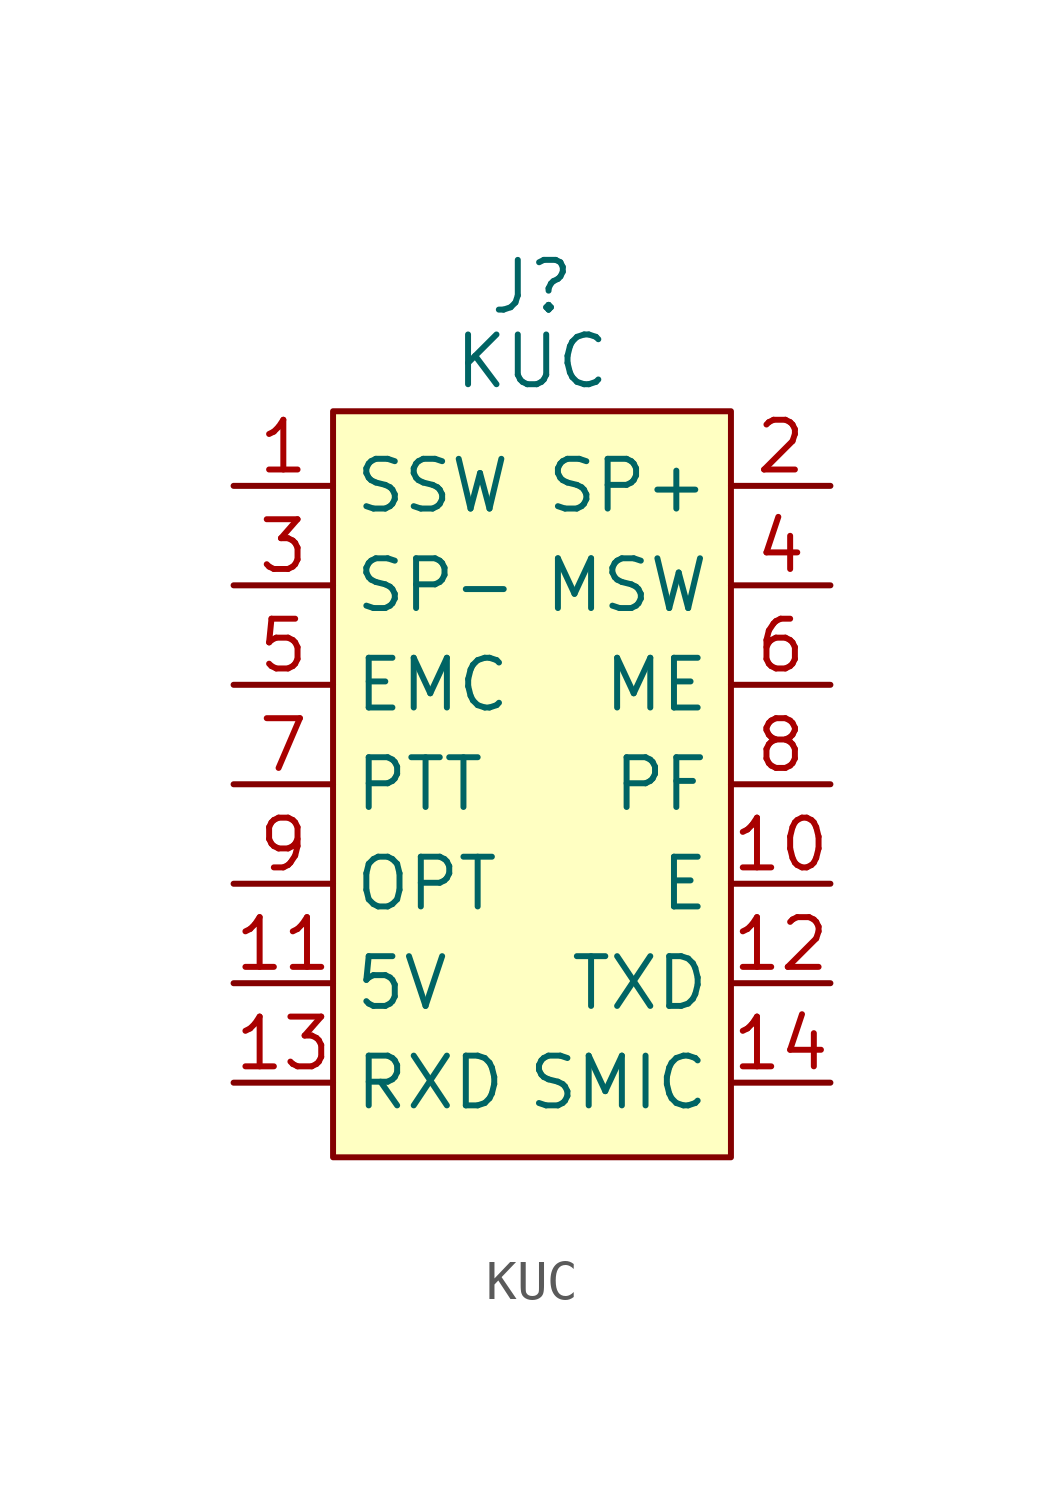
<source format=kicad_sym>
(kicad_symbol_lib
  (version 20211014)
  (generator kicad_symbol_editor)
  (symbol "KUC"
    (property "Reference" "J"
      (at 0 12.7 0)
      (effects (font (size 1.27 1.27))))
    (property "Value" "KUC"
      (at 0 10.795 0)
      (effects (font (size 1.27 1.27))))
    (symbol "KUC_0_1"
      (rectangle (start -5.08 9.525) (end 5.08 -9.525) (stroke (width 0) (type default) (color 0 0 0 0)) (fill (type background))))
    (symbol "KUC_1_1"
      (pin input line (at -7.62 7.62 0) (length 2.54) (name "SSW" (effects (font (size 1.27 1.27)))) (number "1" (effects (font (size 1.27 1.27)))))
      (pin power_in line (at 7.62 -2.54 180) (length 2.54) (name "E" (effects (font (size 1.27 1.27)))) (number "10" (effects (font (size 1.27 1.27)))))
      (pin power_out line (at -7.62 -5.08 0) (length 2.54) (name "5V" (effects (font (size 1.27 1.27)))) (number "11" (effects (font (size 1.27 1.27)))))
      (pin output line (at 7.62 -5.08 180) (length 2.54) (name "TXD" (effects (font (size 1.27 1.27)))) (number "12" (effects (font (size 1.27 1.27)))))
      (pin input line (at -7.62 -7.62 0) (length 2.54) (name "RXD" (effects (font (size 1.27 1.27)))) (number "13" (effects (font (size 1.27 1.27)))))
      (pin input line (at 7.62 -7.62 180) (length 2.54) (name "SMIC" (effects (font (size 1.27 1.27)))) (number "14" (effects (font (size 1.27 1.27)))))
      (pin output line (at 7.62 7.62 180) (length 2.54) (name "SP+" (effects (font (size 1.27 1.27)))) (number "2" (effects (font (size 1.27 1.27)))))
      (pin output line (at -7.62 5.08 0) (length 2.54) (name "SP-" (effects (font (size 1.27 1.27)))) (number "3" (effects (font (size 1.27 1.27)))))
      (pin input line (at 7.62 5.08 180) (length 2.54) (name "MSW" (effects (font (size 1.27 1.27)))) (number "4" (effects (font (size 1.27 1.27)))))
      (pin input line (at -7.62 2.54 0) (length 2.54) (name "EMC" (effects (font (size 1.27 1.27)))) (number "5" (effects (font (size 1.27 1.27)))))
      (pin output line (at 7.62 2.54 180) (length 2.54) (name "ME" (effects (font (size 1.27 1.27)))) (number "6" (effects (font (size 1.27 1.27)))))
      (pin input line (at -7.62 0 0) (length 2.54) (name "PTT" (effects (font (size 1.27 1.27)))) (number "7" (effects (font (size 1.27 1.27)))))
      (pin input line (at 7.62 0 180) (length 2.54) (name "PF" (effects (font (size 1.27 1.27)))) (number "8" (effects (font (size 1.27 1.27)))))
      (pin input line (at -7.62 -2.54 0) (length 2.54) (name "OPT" (effects (font (size 1.27 1.27)))) (number "9" (effects (font (size 1.27 1.27))))))))
</source>
